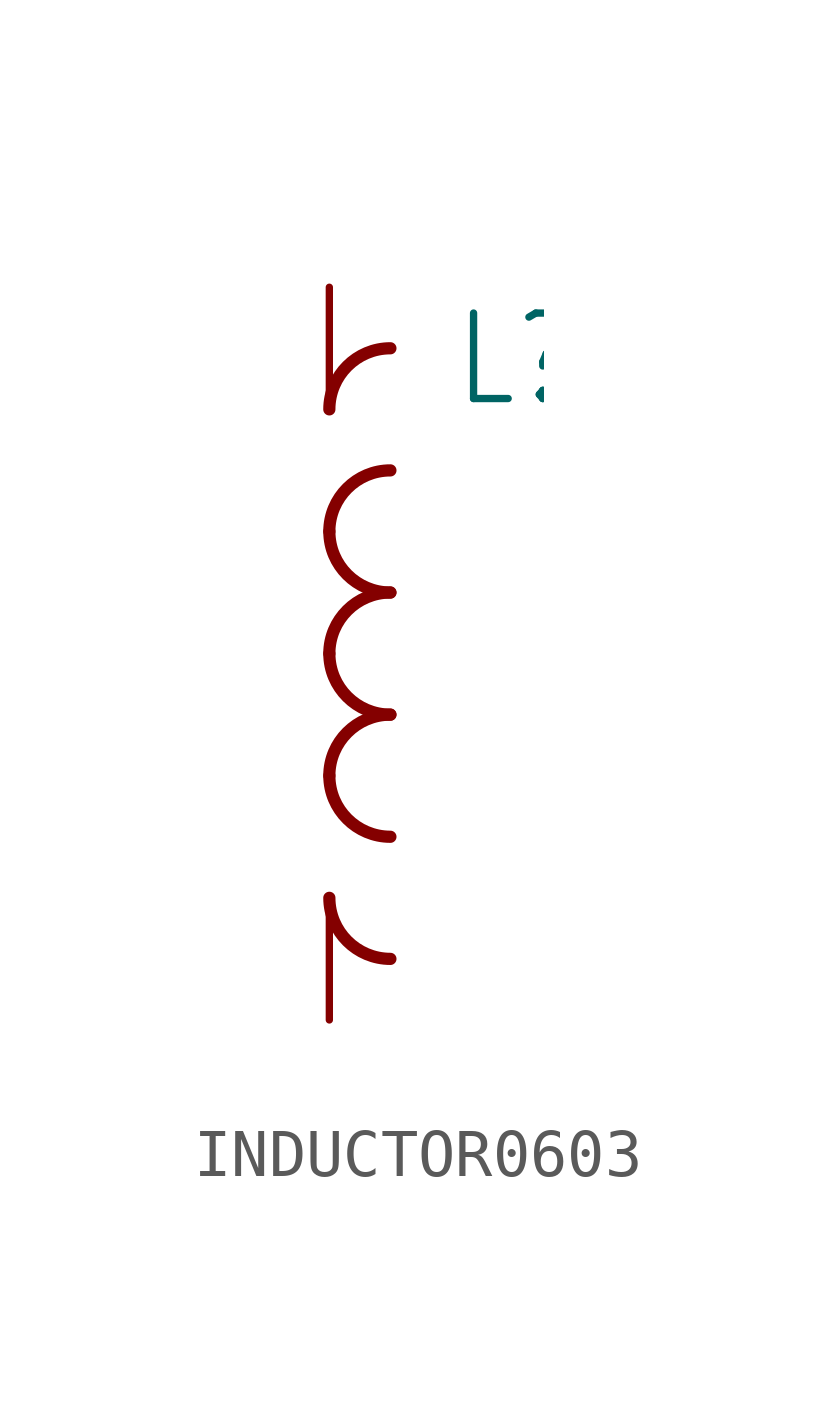
<source format=kicad_sym>
(kicad_symbol_lib
  (version 20241209)
  (generator "kicad_symbol_editor")
  (generator_version "9.0")
  (symbol "INDUCTOR0603"
    (property "Reference" "L"
      (at 2.54 5.08 0)
      (effects (font (size 1.778 1.511)) (justify left bottom)))
    (property "Value" ""
      (at 2.54 -5.08 0)
      (effects (font (size 1.778 1.511)) (justify left bottom)))
    (property "ki_locked" ""
      (at 0 0 0)
      (effects (font (size 1.27 1.27))))
    (symbol "INDUCTOR0603_1_0"
      (arc (start 0 5.08) (mid 0.372 5.978) (end 1.27 6.35) (stroke (width 0.254) (type solid)) (fill (type none)))
      (arc (start 0 2.54) (mid 0.372 3.438) (end 1.27 3.81) (stroke (width 0.254) (type solid)) (fill (type none)))
      (arc (start 1.27 1.27) (mid 0.372 1.642) (end 0 2.54) (stroke (width 0.254) (type solid)) (fill (type none)))
      (arc (start 0 0) (mid 0.372 0.898) (end 1.27 1.27) (stroke (width 0.254) (type solid)) (fill (type none)))
      (arc (start 1.27 -1.27) (mid 0.372 -0.898) (end 0 0) (stroke (width 0.254) (type solid)) (fill (type none)))
      (arc (start 0 -2.54) (mid 0.372 -1.642) (end 1.27 -1.27) (stroke (width 0.254) (type solid)) (fill (type none)))
      (arc (start 1.27 -3.81) (mid 0.372 -3.438) (end 0 -2.54) (stroke (width 0.254) (type solid)) (fill (type none)))
      (arc (start 1.27 -6.35) (mid 0.372 -5.978) (end 0 -5.08) (stroke (width 0.254) (type solid)) (fill (type none)))
      (pin passive line (at 0 7.62 270) (length 2.54) (name "1" (effects (font (size 0 0)))) (number "1" (effects (font (size 0 0)))))
      (pin passive line (at 0 -7.62 90) (length 2.54) (name "2" (effects (font (size 0 0)))) (number "2" (effects (font (size 0 0))))))))
</source>
